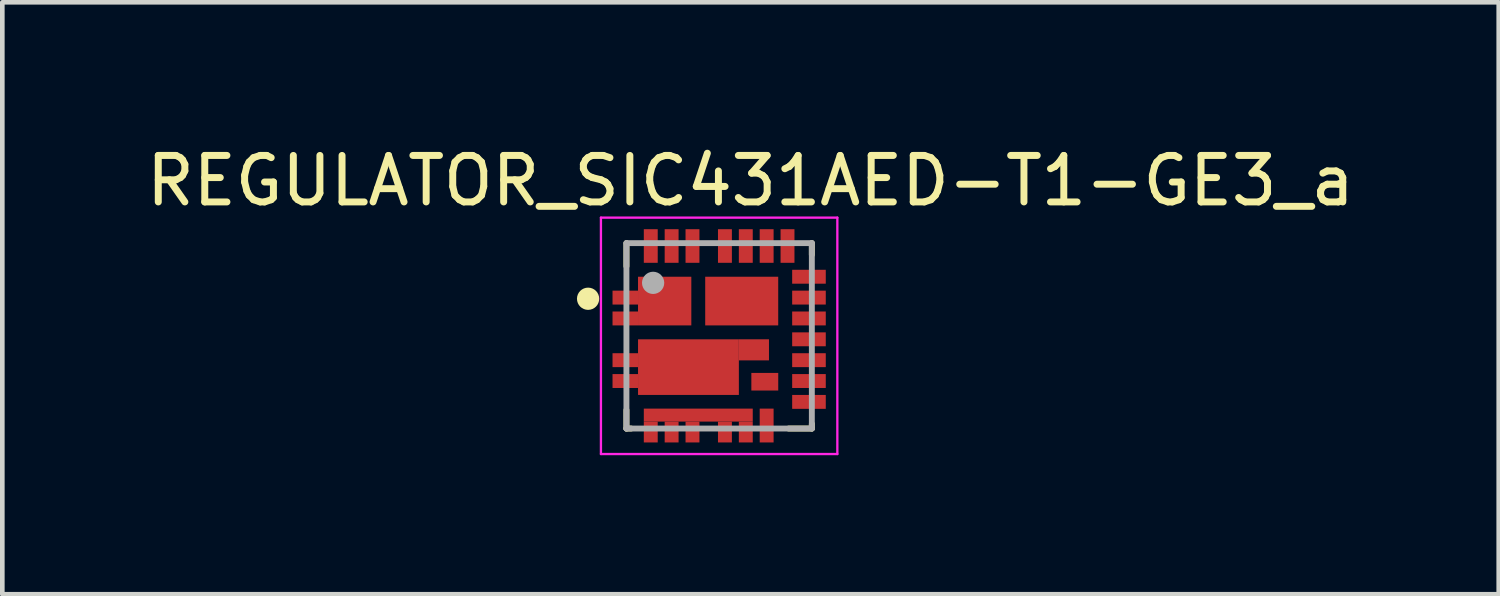
<source format=kicad_pcb>
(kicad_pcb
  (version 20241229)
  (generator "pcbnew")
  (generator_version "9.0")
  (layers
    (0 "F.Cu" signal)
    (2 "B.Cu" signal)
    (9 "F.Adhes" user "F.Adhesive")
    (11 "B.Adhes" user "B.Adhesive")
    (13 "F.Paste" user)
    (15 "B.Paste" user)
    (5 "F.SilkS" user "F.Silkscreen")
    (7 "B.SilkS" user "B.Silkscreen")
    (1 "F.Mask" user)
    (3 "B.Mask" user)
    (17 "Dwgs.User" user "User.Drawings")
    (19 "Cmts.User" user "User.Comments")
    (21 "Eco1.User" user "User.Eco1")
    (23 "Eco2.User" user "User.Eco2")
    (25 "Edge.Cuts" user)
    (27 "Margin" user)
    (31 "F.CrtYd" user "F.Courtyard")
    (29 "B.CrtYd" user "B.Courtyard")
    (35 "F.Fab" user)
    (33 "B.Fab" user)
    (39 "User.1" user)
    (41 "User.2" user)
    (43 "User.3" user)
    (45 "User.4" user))
  (footprint "REGULATOR_SIC431AED-T1-GE3_a"
    (layer "F.Cu")
    (at 12.464 4.195)
    (property "Reference" "REGULATOR_SIC431AED-T1-GE3_a" (at 0.677 -3.345 0) (layer "F.SilkS") (effects (font (size 1.003 1.003) (thickness 0.15))))
    (attr smd)
    (fp_line (start -2 -2) (end -2 -1.5) (stroke (width 0.127) (type solid)) (layer "F.SilkS"))
    (fp_line (start -2 1.6) (end -2 2) (stroke (width 0.127) (type solid)) (layer "F.SilkS"))
    (fp_line (start -2 2) (end -1.9 2) (stroke (width 0.127) (type solid)) (layer "F.SilkS"))
    (fp_line (start 1.5 2) (end 2 2) (stroke (width 0.127) (type solid)) (layer "F.SilkS"))
    (fp_line (start 2 -2) (end 2 -1.75) (stroke (width 0.127) (type solid)) (layer "F.SilkS"))
    (fp_line (start 2 2) (end 2 1.9) (stroke (width 0.127) (type solid)) (layer "F.SilkS"))
    (fp_circle (center -2.827 -0.8) (end -2.707 -0.8) (stroke (width 0.24) (type solid)) (fill no) (layer "F.SilkS"))
    (fp_line (start -2.55 -2.55) (end 2.55 -2.55) (stroke (width 0.05) (type solid)) (layer "F.CrtYd"))
    (fp_line (start -2.55 2.55) (end -2.55 -2.55) (stroke (width 0.05) (type solid)) (layer "F.CrtYd"))
    (fp_line (start 2.55 -2.55) (end 2.55 2.55) (stroke (width 0.05) (type solid)) (layer "F.CrtYd"))
    (fp_line (start 2.55 2.55) (end -2.55 2.55) (stroke (width 0.05) (type solid)) (layer "F.CrtYd"))
    (fp_line (start -2 -2) (end 2 -2) (stroke (width 0.127) (type solid)) (layer "F.Fab"))
    (fp_line (start -2 2) (end -2 -2) (stroke (width 0.127) (type solid)) (layer "F.Fab"))
    (fp_line (start 2 -2) (end 2 2) (stroke (width 0.127) (type solid)) (layer "F.Fab"))
    (fp_line (start 2 2) (end -2 2) (stroke (width 0.127) (type solid)) (layer "F.Fab"))
    (fp_circle (center -1.424 -1.143) (end -1.304 -1.143) (stroke (width 0.24) (type solid)) (fill no) (layer "F.Fab"))
    (pad "1" smd rect (at -2.025 -0.825) (size 0.55 0.3) (layers "F.Cu" "F.Mask" "F.Paste"))
    (pad "2" smd rect (at -2.025 -0.375) (size 0.55 0.3) (layers "F.Cu" "F.Mask" "F.Paste"))
    (pad "3" smd rect (at -2.025 0.525) (size 0.55 0.3) (layers "F.Cu" "F.Mask" "F.Paste"))
    (pad "4" smd rect (at -2.025 0.975) (size 0.55 0.3) (layers "F.Cu" "F.Mask" "F.Paste"))
    (pad "5" smd rect (at -1.475 2.075) (size 0.3 0.45) (layers "F.Cu" "F.Mask" "F.Paste"))
    (pad "6" smd rect (at -1.025 2.075) (size 0.3 0.45) (layers "F.Cu" "F.Mask" "F.Paste"))
    (pad "7" smd rect (at -0.575 2.075) (size 0.3 0.45) (layers "F.Cu" "F.Mask" "F.Paste"))
    (pad "8" smd rect (at 0.125 2.075) (size 0.3 0.45) (layers "F.Cu" "F.Mask" "F.Paste"))
    (pad "9" smd rect (at 0.575 2.075) (size 0.3 0.45) (layers "F.Cu" "F.Mask" "F.Paste"))
    (pad "9.1" smd rect (at -0.45 1.71) (size 2.35 0.28) (layers "F.Cu" "F.Mask" "F.Paste"))
    (pad "10" smd rect (at 1.025 1.935) (size 0.3 0.73) (layers "F.Cu" "F.Mask" "F.Paste"))
    (pad "11" smd rect (at 1.938 1.425) (size 0.725 0.3) (layers "F.Cu" "F.Mask" "F.Paste"))
    (pad "12" smd rect (at 1.938 0.975) (size 0.725 0.3) (layers "F.Cu" "F.Mask" "F.Paste"))
    (pad "13" smd rect (at 1.938 0.525) (size 0.725 0.3) (layers "F.Cu" "F.Mask" "F.Paste"))
    (pad "14" smd rect (at 1.938 0.075) (size 0.725 0.3) (layers "F.Cu" "F.Mask" "F.Paste"))
    (pad "15" smd rect (at 1.938 -0.375) (size 0.725 0.3) (layers "F.Cu" "F.Mask" "F.Paste"))
    (pad "16" smd rect (at 1.938 -0.825) (size 0.725 0.3) (layers "F.Cu" "F.Mask" "F.Paste"))
    (pad "17" smd rect (at 1.938 -1.275) (size 0.725 0.3) (layers "F.Cu" "F.Mask" "F.Paste"))
    (pad "18" smd rect (at 1.475 -1.938) (size 0.3 0.725) (layers "F.Cu" "F.Mask" "F.Paste"))
    (pad "19" smd rect (at 1.025 -1.938) (size 0.3 0.725) (layers "F.Cu" "F.Mask" "F.Paste"))
    (pad "20" smd rect (at 0.575 -1.938) (size 0.3 0.725) (layers "F.Cu" "F.Mask" "F.Paste"))
    (pad "21" smd rect (at 0.125 -1.938) (size 0.3 0.725) (layers "F.Cu" "F.Mask" "F.Paste"))
    (pad "22" smd rect (at -0.575 -1.938) (size 0.3 0.725) (layers "F.Cu" "F.Mask" "F.Paste"))
    (pad "23" smd rect (at -1.025 -1.938) (size 0.3 0.725) (layers "F.Cu" "F.Mask" "F.Paste"))
    (pad "24" smd rect (at -1.475 -1.938) (size 0.3 0.725) (layers "F.Cu" "F.Mask" "F.Paste"))
    (pad "25" smd rect (at 0.487 -0.75) (size 1.575 1.05) (layers "F.Cu" "F.Mask" "F.Paste"))
    (pad "26" smd rect (at -1.175 -0.75) (size 1.15 1.05) (layers "F.Cu" "F.Mask" "F.Paste"))
    (pad "27_1" smd rect (at -0.662 0.675) (size 2.175 1.2) (layers "F.Cu" "F.Mask" "F.Paste"))
    (pad "27_2" smd rect (at 0.75 0.302) (size 0.65 0.455) (layers "F.Cu" "F.Mask" "F.Paste"))
    (pad "28" smd rect (at 0.985 0.99) (size 0.58 0.38) (layers "F.Cu" "F.Mask" "F.Paste")))
  (gr_rect
    (start -3 -3)
    (end 29.282 9.77)
    (stroke (width 0.1) (type default))
    (fill no)
    (layer "Edge.Cuts")))
</source>
